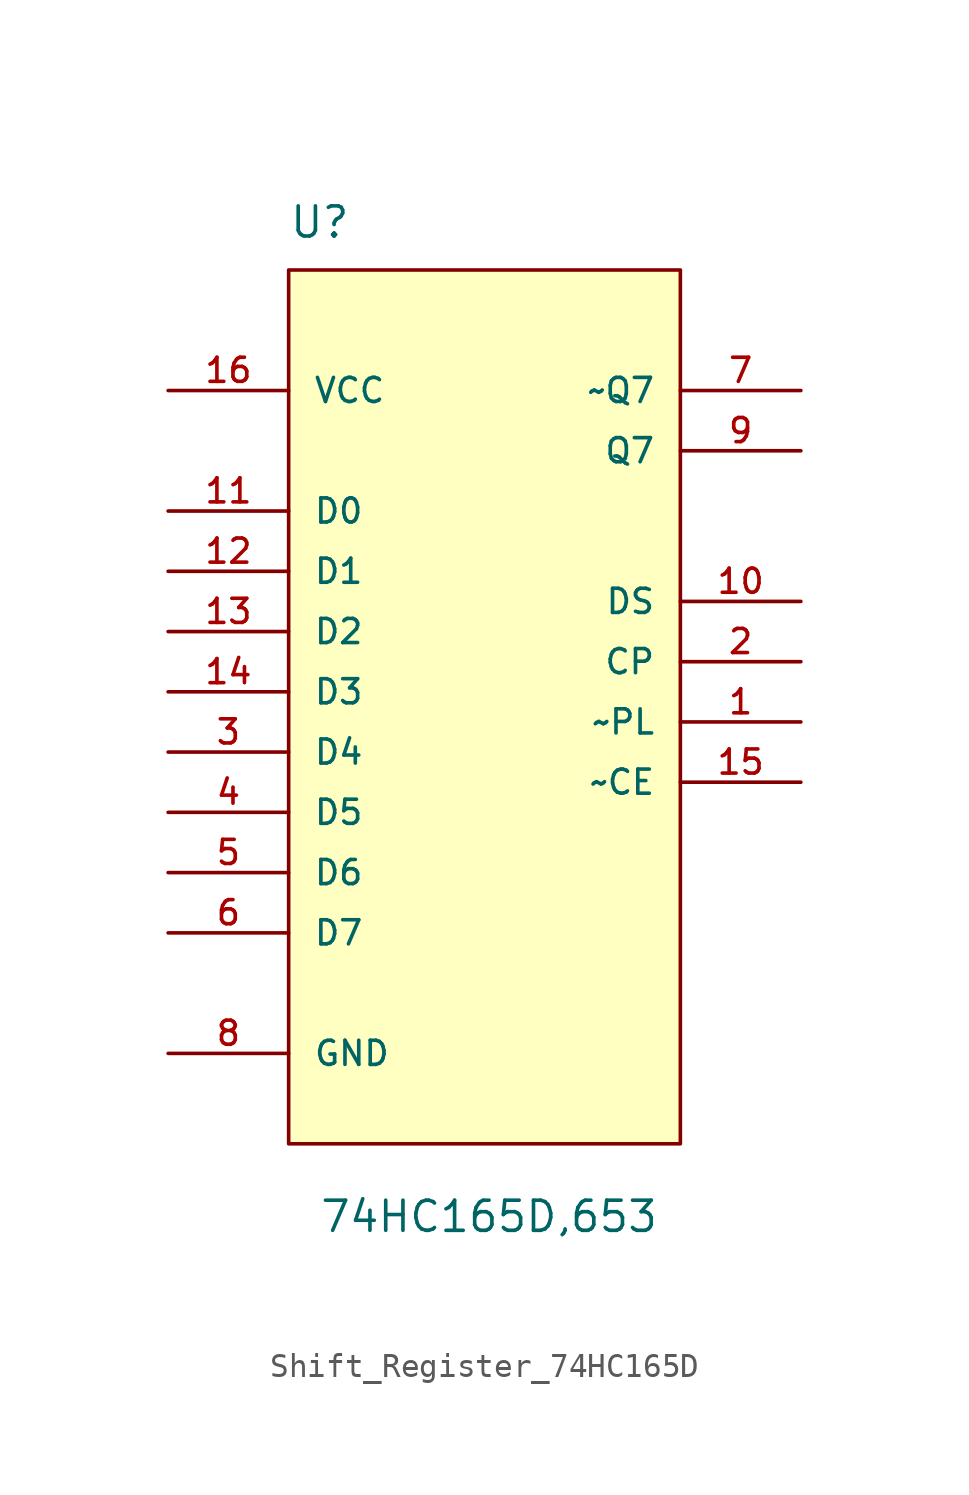
<source format=kicad_sym>
(kicad_symbol_lib
  (version 20241209)
  (generator "kicad_symbol_editor")
  (generator_version "9.0")
  (symbol "Shift_Register_74HC165D"
    (pin_names
      (offset 1.016))
    (property "Reference" "U"
      (at -12.7 22.86 0)
      (effects (font (size 1.27 1.27)) (justify left bottom)))
    (property "Value" "74HC165D,653"
      (at -11.43 -19.05 0)
      (effects (font (size 1.27 1.27)) (justify left bottom)))
    (symbol "Shift_Register_74HC165D_0_0"
      (pin power_in line (at -17.78 16.51 0) (length 5.08) (name "VCC" (effects (font (size 1.016 1.016)))) (number "16" (effects (font (size 1.016 1.016)))))
      (pin input line (at -17.78 11.43 0) (length 5.08) (name "D0" (effects (font (size 1.016 1.016)))) (number "11" (effects (font (size 1.016 1.016)))))
      (pin input line (at -17.78 8.89 0) (length 5.08) (name "D1" (effects (font (size 1.016 1.016)))) (number "12" (effects (font (size 1.016 1.016)))))
      (pin input line (at -17.78 6.35 0) (length 5.08) (name "D2" (effects (font (size 1.016 1.016)))) (number "13" (effects (font (size 1.016 1.016)))))
      (pin input line (at -17.78 3.81 0) (length 5.08) (name "D3" (effects (font (size 1.016 1.016)))) (number "14" (effects (font (size 1.016 1.016)))))
      (pin input line (at -17.78 1.27 0) (length 5.08) (name "D4" (effects (font (size 1.016 1.016)))) (number "3" (effects (font (size 1.016 1.016)))))
      (pin input line (at -17.78 -1.27 0) (length 5.08) (name "D5" (effects (font (size 1.016 1.016)))) (number "4" (effects (font (size 1.016 1.016)))))
      (pin input line (at -17.78 -3.81 0) (length 5.08) (name "D6" (effects (font (size 1.016 1.016)))) (number "5" (effects (font (size 1.016 1.016)))))
      (pin input line (at -17.78 -6.35 0) (length 5.08) (name "D7" (effects (font (size 1.016 1.016)))) (number "6" (effects (font (size 1.016 1.016)))))
      (pin passive line (at -17.78 -11.43 0) (length 5.08) (name "GND" (effects (font (size 1.016 1.016)))) (number "8" (effects (font (size 1.016 1.016)))))
      (pin output line (at 8.89 16.51 180) (length 5.08) (name "~Q7" (effects (font (size 1.016 1.016)))) (number "7" (effects (font (size 1.016 1.016)))))
      (pin output line (at 8.89 13.97 180) (length 5.08) (name "Q7" (effects (font (size 1.016 1.016)))) (number "9" (effects (font (size 1.016 1.016)))))
      (pin input line (at 8.89 7.62 180) (length 5.08) (name "DS" (effects (font (size 1.016 1.016)))) (number "10" (effects (font (size 1.016 1.016)))))
      (pin input line (at 8.89 5.08 180) (length 5.08) (name "CP" (effects (font (size 1.016 1.016)))) (number "2" (effects (font (size 1.016 1.016)))))
      (pin input line (at 8.89 2.54 180) (length 5.08) (name "~PL" (effects (font (size 1.016 1.016)))) (number "1" (effects (font (size 1.016 1.016)))))
      (pin input line (at 8.89 0 180) (length 5.08) (name "~CE" (effects (font (size 1.016 1.016)))) (number "15" (effects (font (size 1.016 1.016))))))
    (symbol "Shift_Register_74HC165D_1_0"
      (rectangle (start -12.7 21.59) (end 3.81 -15.24) (stroke (width 0) (type default)) (fill (type background))))))
</source>
